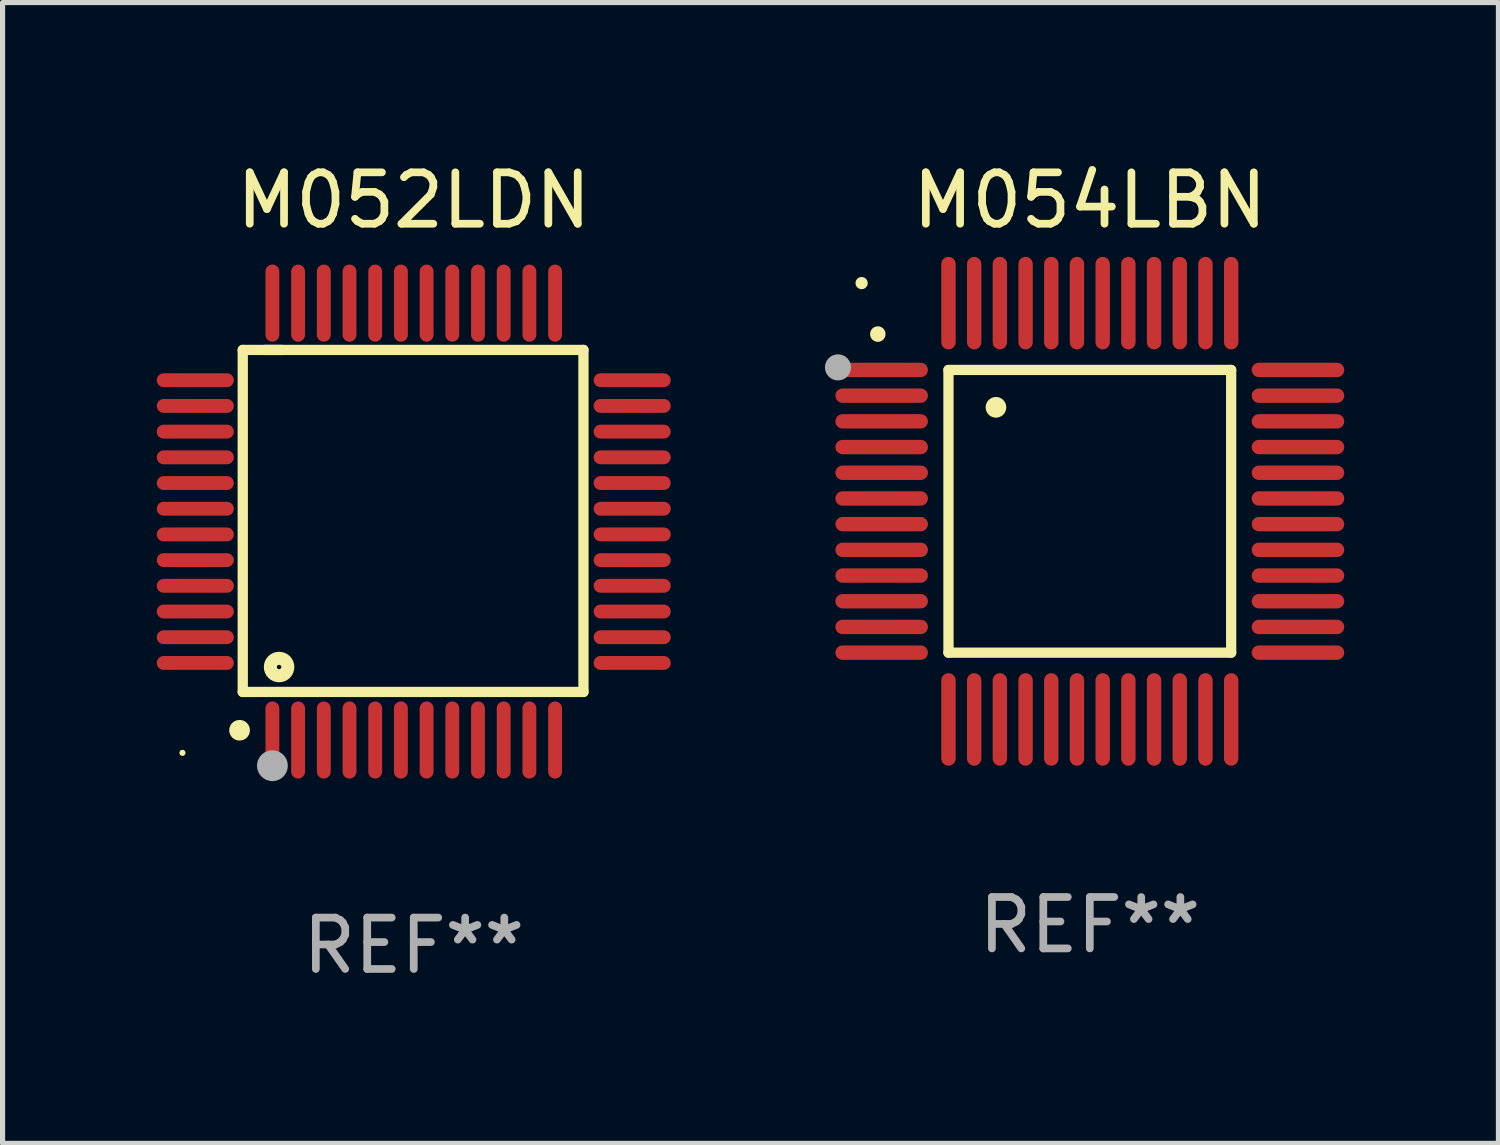
<source format=kicad_pcb>
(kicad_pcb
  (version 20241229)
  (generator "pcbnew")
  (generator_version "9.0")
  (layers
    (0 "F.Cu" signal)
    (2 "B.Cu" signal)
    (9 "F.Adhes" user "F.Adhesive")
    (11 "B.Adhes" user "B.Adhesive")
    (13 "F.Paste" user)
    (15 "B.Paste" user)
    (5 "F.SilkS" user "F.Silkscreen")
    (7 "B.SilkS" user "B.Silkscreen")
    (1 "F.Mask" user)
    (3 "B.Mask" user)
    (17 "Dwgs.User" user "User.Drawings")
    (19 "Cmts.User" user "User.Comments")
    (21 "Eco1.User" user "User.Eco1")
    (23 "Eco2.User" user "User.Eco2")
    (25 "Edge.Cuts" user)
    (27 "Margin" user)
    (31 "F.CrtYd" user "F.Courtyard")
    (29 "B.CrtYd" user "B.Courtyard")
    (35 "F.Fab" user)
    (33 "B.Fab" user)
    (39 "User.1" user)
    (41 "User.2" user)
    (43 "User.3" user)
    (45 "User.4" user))
  (footprint "M054LBN"
    (layer "F.Cu")
    (at 18.154 6.898)
    (property "Reference" "M054LBN" (at 0 -6.05 0) (layer "F.SilkS") (effects (font (size 1 1) (thickness 0.15))))
    (attr through_hole)
    (fp_line (start -2.75 -2.75) (end 2.75 -2.75) (stroke (width 0.2) (type solid)) (layer "F.SilkS"))
    (fp_line (start -2.75 2.75) (end -2.75 -2.75) (stroke (width 0.2) (type solid)) (layer "F.SilkS"))
    (fp_line (start 2.75 -2.75) (end 2.75 2.75) (stroke (width 0.2) (type solid)) (layer "F.SilkS"))
    (fp_line (start 2.75 2.75) (end -2.75 2.75) (stroke (width 0.2) (type solid)) (layer "F.SilkS"))
    (fp_arc (start -4.124968 -3.446787) (mid -4.124973 -3.448057) (end -4.124968 -3.449327) (stroke (width 0.3) (type solid)) (layer "F.SilkS"))
    (fp_arc (start -1.826264 -2.021844) (mid -1.826268 -2.023114) (end -1.826264 -2.024384) (stroke (width 0.4) (type solid)) (layer "F.SilkS"))
    (fp_circle (center -4.44 -4.44) (end -4.38 -4.44) (stroke (width 0.12) (type solid)) (fill no) (layer "F.SilkS"))
    (fp_circle (center -4.9 -2.8) (end -4.773 -2.8) (stroke (width 0.254) (type solid)) (fill no) (layer "F.Fab"))
    (fp_text user "REF**" (at 0 8.05 0) (layer "F.Fab") (effects (font (size 1 1) (thickness 0.15))))
    (pad "1" smd oval (at -4.05 -2.75 90) (size 0.28 1.8) (layers "F.Cu" "F.Mask" "F.Paste"))
    (pad "2" smd oval (at -4.05 -2.25 90) (size 0.28 1.8) (layers "F.Cu" "F.Mask" "F.Paste"))
    (pad "3" smd oval (at -4.05 -1.75 90) (size 0.28 1.8) (layers "F.Cu" "F.Mask" "F.Paste"))
    (pad "4" smd oval (at -4.05 -1.25 90) (size 0.28 1.8) (layers "F.Cu" "F.Mask" "F.Paste"))
    (pad "5" smd oval (at -4.05 -0.75 90) (size 0.28 1.8) (layers "F.Cu" "F.Mask" "F.Paste"))
    (pad "6" smd oval (at -4.05 -0.25 90) (size 0.28 1.8) (layers "F.Cu" "F.Mask" "F.Paste"))
    (pad "7" smd oval (at -4.05 0.25 90) (size 0.28 1.8) (layers "F.Cu" "F.Mask" "F.Paste"))
    (pad "8" smd oval (at -4.05 0.75 90) (size 0.28 1.8) (layers "F.Cu" "F.Mask" "F.Paste"))
    (pad "9" smd oval (at -4.05 1.25 90) (size 0.28 1.8) (layers "F.Cu" "F.Mask" "F.Paste"))
    (pad "10" smd oval (at -4.05 1.75 90) (size 0.28 1.8) (layers "F.Cu" "F.Mask" "F.Paste"))
    (pad "11" smd oval (at -4.05 2.25 90) (size 0.28 1.8) (layers "F.Cu" "F.Mask" "F.Paste"))
    (pad "12" smd oval (at -4.05 2.75 90) (size 0.28 1.8) (layers "F.Cu" "F.Mask" "F.Paste"))
    (pad "13" smd oval (at -2.75 4.05) (size 0.28 1.8) (layers "F.Cu" "F.Mask" "F.Paste"))
    (pad "14" smd oval (at -2.25 4.05) (size 0.28 1.8) (layers "F.Cu" "F.Mask" "F.Paste"))
    (pad "15" smd oval (at -1.75 4.05) (size 0.28 1.8) (layers "F.Cu" "F.Mask" "F.Paste"))
    (pad "16" smd oval (at -1.25 4.05) (size 0.28 1.8) (layers "F.Cu" "F.Mask" "F.Paste"))
    (pad "17" smd oval (at -0.75 4.05) (size 0.28 1.8) (layers "F.Cu" "F.Mask" "F.Paste"))
    (pad "18" smd oval (at -0.25 4.05) (size 0.28 1.8) (layers "F.Cu" "F.Mask" "F.Paste"))
    (pad "19" smd oval (at 0.25 4.05) (size 0.28 1.8) (layers "F.Cu" "F.Mask" "F.Paste"))
    (pad "20" smd oval (at 0.75 4.05) (size 0.28 1.8) (layers "F.Cu" "F.Mask" "F.Paste"))
    (pad "21" smd oval (at 1.25 4.05) (size 0.28 1.8) (layers "F.Cu" "F.Mask" "F.Paste"))
    (pad "22" smd oval (at 1.75 4.05) (size 0.28 1.8) (layers "F.Cu" "F.Mask" "F.Paste"))
    (pad "23" smd oval (at 2.25 4.05) (size 0.28 1.8) (layers "F.Cu" "F.Mask" "F.Paste"))
    (pad "24" smd oval (at 2.75 4.05) (size 0.28 1.8) (layers "F.Cu" "F.Mask" "F.Paste"))
    (pad "25" smd oval (at 4.05 2.75 90) (size 0.28 1.8) (layers "F.Cu" "F.Mask" "F.Paste"))
    (pad "26" smd oval (at 4.05 2.25 90) (size 0.28 1.8) (layers "F.Cu" "F.Mask" "F.Paste"))
    (pad "27" smd oval (at 4.05 1.75 90) (size 0.28 1.8) (layers "F.Cu" "F.Mask" "F.Paste"))
    (pad "28" smd oval (at 4.05 1.25 90) (size 0.28 1.8) (layers "F.Cu" "F.Mask" "F.Paste"))
    (pad "29" smd oval (at 4.05 0.75 90) (size 0.28 1.8) (layers "F.Cu" "F.Mask" "F.Paste"))
    (pad "30" smd oval (at 4.05 0.25 90) (size 0.28 1.8) (layers "F.Cu" "F.Mask" "F.Paste"))
    (pad "31" smd oval (at 4.05 -0.25 90) (size 0.28 1.8) (layers "F.Cu" "F.Mask" "F.Paste"))
    (pad "32" smd oval (at 4.05 -0.75 90) (size 0.28 1.8) (layers "F.Cu" "F.Mask" "F.Paste"))
    (pad "33" smd oval (at 4.05 -1.25 90) (size 0.28 1.8) (layers "F.Cu" "F.Mask" "F.Paste"))
    (pad "34" smd oval (at 4.05 -1.75 90) (size 0.28 1.8) (layers "F.Cu" "F.Mask" "F.Paste"))
    (pad "35" smd oval (at 4.05 -2.25 90) (size 0.28 1.8) (layers "F.Cu" "F.Mask" "F.Paste"))
    (pad "36" smd oval (at 4.05 -2.75 90) (size 0.28 1.8) (layers "F.Cu" "F.Mask" "F.Paste"))
    (pad "37" smd oval (at 2.75 -4.05) (size 0.28 1.8) (layers "F.Cu" "F.Mask" "F.Paste"))
    (pad "38" smd oval (at 2.25 -4.05) (size 0.28 1.8) (layers "F.Cu" "F.Mask" "F.Paste"))
    (pad "39" smd oval (at 1.75 -4.05) (size 0.28 1.8) (layers "F.Cu" "F.Mask" "F.Paste"))
    (pad "40" smd oval (at 1.25 -4.05) (size 0.28 1.8) (layers "F.Cu" "F.Mask" "F.Paste"))
    (pad "41" smd oval (at 0.75 -4.05) (size 0.28 1.8) (layers "F.Cu" "F.Mask" "F.Paste"))
    (pad "42" smd oval (at 0.25 -4.05) (size 0.28 1.8) (layers "F.Cu" "F.Mask" "F.Paste"))
    (pad "43" smd oval (at -0.25 -4.05) (size 0.28 1.8) (layers "F.Cu" "F.Mask" "F.Paste"))
    (pad "44" smd oval (at -0.75 -4.05) (size 0.28 1.8) (layers "F.Cu" "F.Mask" "F.Paste"))
    (pad "45" smd oval (at -1.25 -4.05) (size 0.28 1.8) (layers "F.Cu" "F.Mask" "F.Paste"))
    (pad "46" smd oval (at -1.75 -4.05) (size 0.28 1.8) (layers "F.Cu" "F.Mask" "F.Paste"))
    (pad "47" smd oval (at -2.25 -4.05) (size 0.28 1.8) (layers "F.Cu" "F.Mask" "F.Paste"))
    (pad "48" smd oval (at -2.75 -4.05) (size 0.28 1.8) (layers "F.Cu" "F.Mask" "F.Paste")))
  (footprint "M052LDN"
    (layer "F.Cu")
    (at 5 7.098)
    (property "Reference" "M052LDN" (at 0 -6.25 0) (layer "F.SilkS") (effects (font (size 1 1) (thickness 0.15))))
    (attr through_hole)
    (fp_line (start -3.327 -3.34) (end -2.565 -3.34) (stroke (width 0.2) (type solid)) (layer "F.SilkS"))
    (fp_line (start -3.327 3.315) (end -3.327 -3.34) (stroke (width 0.2) (type solid)) (layer "F.SilkS"))
    (fp_line (start -2.896 -3.34) (end 3.302 -3.34) (stroke (width 0.2) (type solid)) (layer "F.SilkS"))
    (fp_line (start 3.302 -3.34) (end 3.302 3.315) (stroke (width 0.2) (type solid)) (layer "F.SilkS"))
    (fp_line (start 3.302 3.315) (end -3.327 3.315) (stroke (width 0.2) (type solid)) (layer "F.SilkS"))
    (fp_arc (start -3.389992 4.059995) (mid -3.388722 4.059991) (end -3.387452 4.059995) (stroke (width 0.4) (type solid)) (layer "F.SilkS"))
    (fp_circle (center -4.5 4.5) (end -4.47 4.5) (stroke (width 0.06) (type solid)) (fill no) (layer "F.SilkS"))
    (fp_circle (center -2.62 2.83) (end -2.45 2.83) (stroke (width 0.254) (type solid)) (fill no) (layer "F.SilkS"))
    (fp_circle (center -2.75 4.75) (end -2.6 4.75) (stroke (width 0.3) (type solid)) (fill no) (layer "F.Fab"))
    (fp_text user "REF**" (at 0 8.25 0) (layer "F.Fab") (effects (font (size 1 1) (thickness 0.15))))
    (pad "1" smd oval (at -2.75 4.25) (size 0.27 1.5) (layers "F.Cu" "F.Mask" "F.Paste"))
    (pad "2" smd oval (at -2.25 4.25) (size 0.27 1.5) (layers "F.Cu" "F.Mask" "F.Paste"))
    (pad "3" smd oval (at -1.75 4.25) (size 0.27 1.5) (layers "F.Cu" "F.Mask" "F.Paste"))
    (pad "4" smd oval (at -1.25 4.25) (size 0.27 1.5) (layers "F.Cu" "F.Mask" "F.Paste"))
    (pad "5" smd oval (at -0.75 4.25) (size 0.27 1.5) (layers "F.Cu" "F.Mask" "F.Paste"))
    (pad "6" smd oval (at -0.25 4.25) (size 0.27 1.5) (layers "F.Cu" "F.Mask" "F.Paste"))
    (pad "7" smd oval (at 0.25 4.25) (size 0.27 1.5) (layers "F.Cu" "F.Mask" "F.Paste"))
    (pad "8" smd oval (at 0.75 4.25) (size 0.27 1.5) (layers "F.Cu" "F.Mask" "F.Paste"))
    (pad "9" smd oval (at 1.25 4.25) (size 0.27 1.5) (layers "F.Cu" "F.Mask" "F.Paste"))
    (pad "10" smd oval (at 1.75 4.25) (size 0.27 1.5) (layers "F.Cu" "F.Mask" "F.Paste"))
    (pad "11" smd oval (at 2.25 4.25) (size 0.27 1.5) (layers "F.Cu" "F.Mask" "F.Paste"))
    (pad "12" smd oval (at 2.75 4.25) (size 0.27 1.5) (layers "F.Cu" "F.Mask" "F.Paste"))
    (pad "13" smd oval (at 4.25 2.75) (size 1.5 0.27) (layers "F.Cu" "F.Mask" "F.Paste"))
    (pad "14" smd oval (at 4.25 2.25) (size 1.5 0.27) (layers "F.Cu" "F.Mask" "F.Paste"))
    (pad "15" smd oval (at 4.25 1.75) (size 1.5 0.27) (layers "F.Cu" "F.Mask" "F.Paste"))
    (pad "16" smd oval (at 4.25 1.25) (size 1.5 0.27) (layers "F.Cu" "F.Mask" "F.Paste"))
    (pad "17" smd oval (at 4.25 0.75) (size 1.5 0.27) (layers "F.Cu" "F.Mask" "F.Paste"))
    (pad "18" smd oval (at 4.25 0.25) (size 1.5 0.27) (layers "F.Cu" "F.Mask" "F.Paste"))
    (pad "19" smd oval (at 4.25 -0.25) (size 1.5 0.27) (layers "F.Cu" "F.Mask" "F.Paste"))
    (pad "20" smd oval (at 4.25 -0.75) (size 1.5 0.27) (layers "F.Cu" "F.Mask" "F.Paste"))
    (pad "21" smd oval (at 4.25 -1.25) (size 1.5 0.27) (layers "F.Cu" "F.Mask" "F.Paste"))
    (pad "22" smd oval (at 4.25 -1.75) (size 1.5 0.27) (layers "F.Cu" "F.Mask" "F.Paste"))
    (pad "23" smd oval (at 4.25 -2.25) (size 1.5 0.27) (layers "F.Cu" "F.Mask" "F.Paste"))
    (pad "24" smd oval (at 4.25 -2.75) (size 1.5 0.27) (layers "F.Cu" "F.Mask" "F.Paste"))
    (pad "25" smd oval (at 2.75 -4.25) (size 0.27 1.5) (layers "F.Cu" "F.Mask" "F.Paste"))
    (pad "26" smd oval (at 2.25 -4.25) (size 0.27 1.5) (layers "F.Cu" "F.Mask" "F.Paste"))
    (pad "27" smd oval (at 1.75 -4.25) (size 0.27 1.5) (layers "F.Cu" "F.Mask" "F.Paste"))
    (pad "28" smd oval (at 1.25 -4.25) (size 0.27 1.5) (layers "F.Cu" "F.Mask" "F.Paste"))
    (pad "29" smd oval (at 0.75 -4.25) (size 0.27 1.5) (layers "F.Cu" "F.Mask" "F.Paste"))
    (pad "30" smd oval (at 0.25 -4.25) (size 0.27 1.5) (layers "F.Cu" "F.Mask" "F.Paste"))
    (pad "31" smd oval (at -0.25 -4.25) (size 0.27 1.5) (layers "F.Cu" "F.Mask" "F.Paste"))
    (pad "32" smd oval (at -0.75 -4.25) (size 0.27 1.5) (layers "F.Cu" "F.Mask" "F.Paste"))
    (pad "33" smd oval (at -1.25 -4.25) (size 0.27 1.5) (layers "F.Cu" "F.Mask" "F.Paste"))
    (pad "34" smd oval (at -1.75 -4.25) (size 0.27 1.5) (layers "F.Cu" "F.Mask" "F.Paste"))
    (pad "35" smd oval (at -2.25 -4.25) (size 0.27 1.5) (layers "F.Cu" "F.Mask" "F.Paste"))
    (pad "36" smd oval (at -2.75 -4.25) (size 0.27 1.5) (layers "F.Cu" "F.Mask" "F.Paste"))
    (pad "37" smd oval (at -4.25 -2.75) (size 1.5 0.27) (layers "F.Cu" "F.Mask" "F.Paste"))
    (pad "38" smd oval (at -4.25 -2.25) (size 1.5 0.27) (layers "F.Cu" "F.Mask" "F.Paste"))
    (pad "39" smd oval (at -4.25 -1.75) (size 1.5 0.27) (layers "F.Cu" "F.Mask" "F.Paste"))
    (pad "40" smd oval (at -4.25 -1.25) (size 1.5 0.27) (layers "F.Cu" "F.Mask" "F.Paste"))
    (pad "41" smd oval (at -4.25 -0.75) (size 1.5 0.27) (layers "F.Cu" "F.Mask" "F.Paste"))
    (pad "42" smd oval (at -4.25 -0.25) (size 1.5 0.27) (layers "F.Cu" "F.Mask" "F.Paste"))
    (pad "43" smd oval (at -4.25 0.25) (size 1.5 0.27) (layers "F.Cu" "F.Mask" "F.Paste"))
    (pad "44" smd oval (at -4.25 0.75) (size 1.5 0.27) (layers "F.Cu" "F.Mask" "F.Paste"))
    (pad "45" smd oval (at -4.25 1.25) (size 1.5 0.27) (layers "F.Cu" "F.Mask" "F.Paste"))
    (pad "46" smd oval (at -4.25 1.75) (size 1.5 0.27) (layers "F.Cu" "F.Mask" "F.Paste"))
    (pad "47" smd oval (at -4.25 2.25) (size 1.5 0.27) (layers "F.Cu" "F.Mask" "F.Paste"))
    (pad "48" smd oval (at -4.25 2.75) (size 1.5 0.27) (layers "F.Cu" "F.Mask" "F.Paste")))
  (gr_rect
    (start -3 -3)
    (end 26.104 19.196)
    (stroke (width 0.1) (type default))
    (fill no)
    (layer "Edge.Cuts")))
</source>
